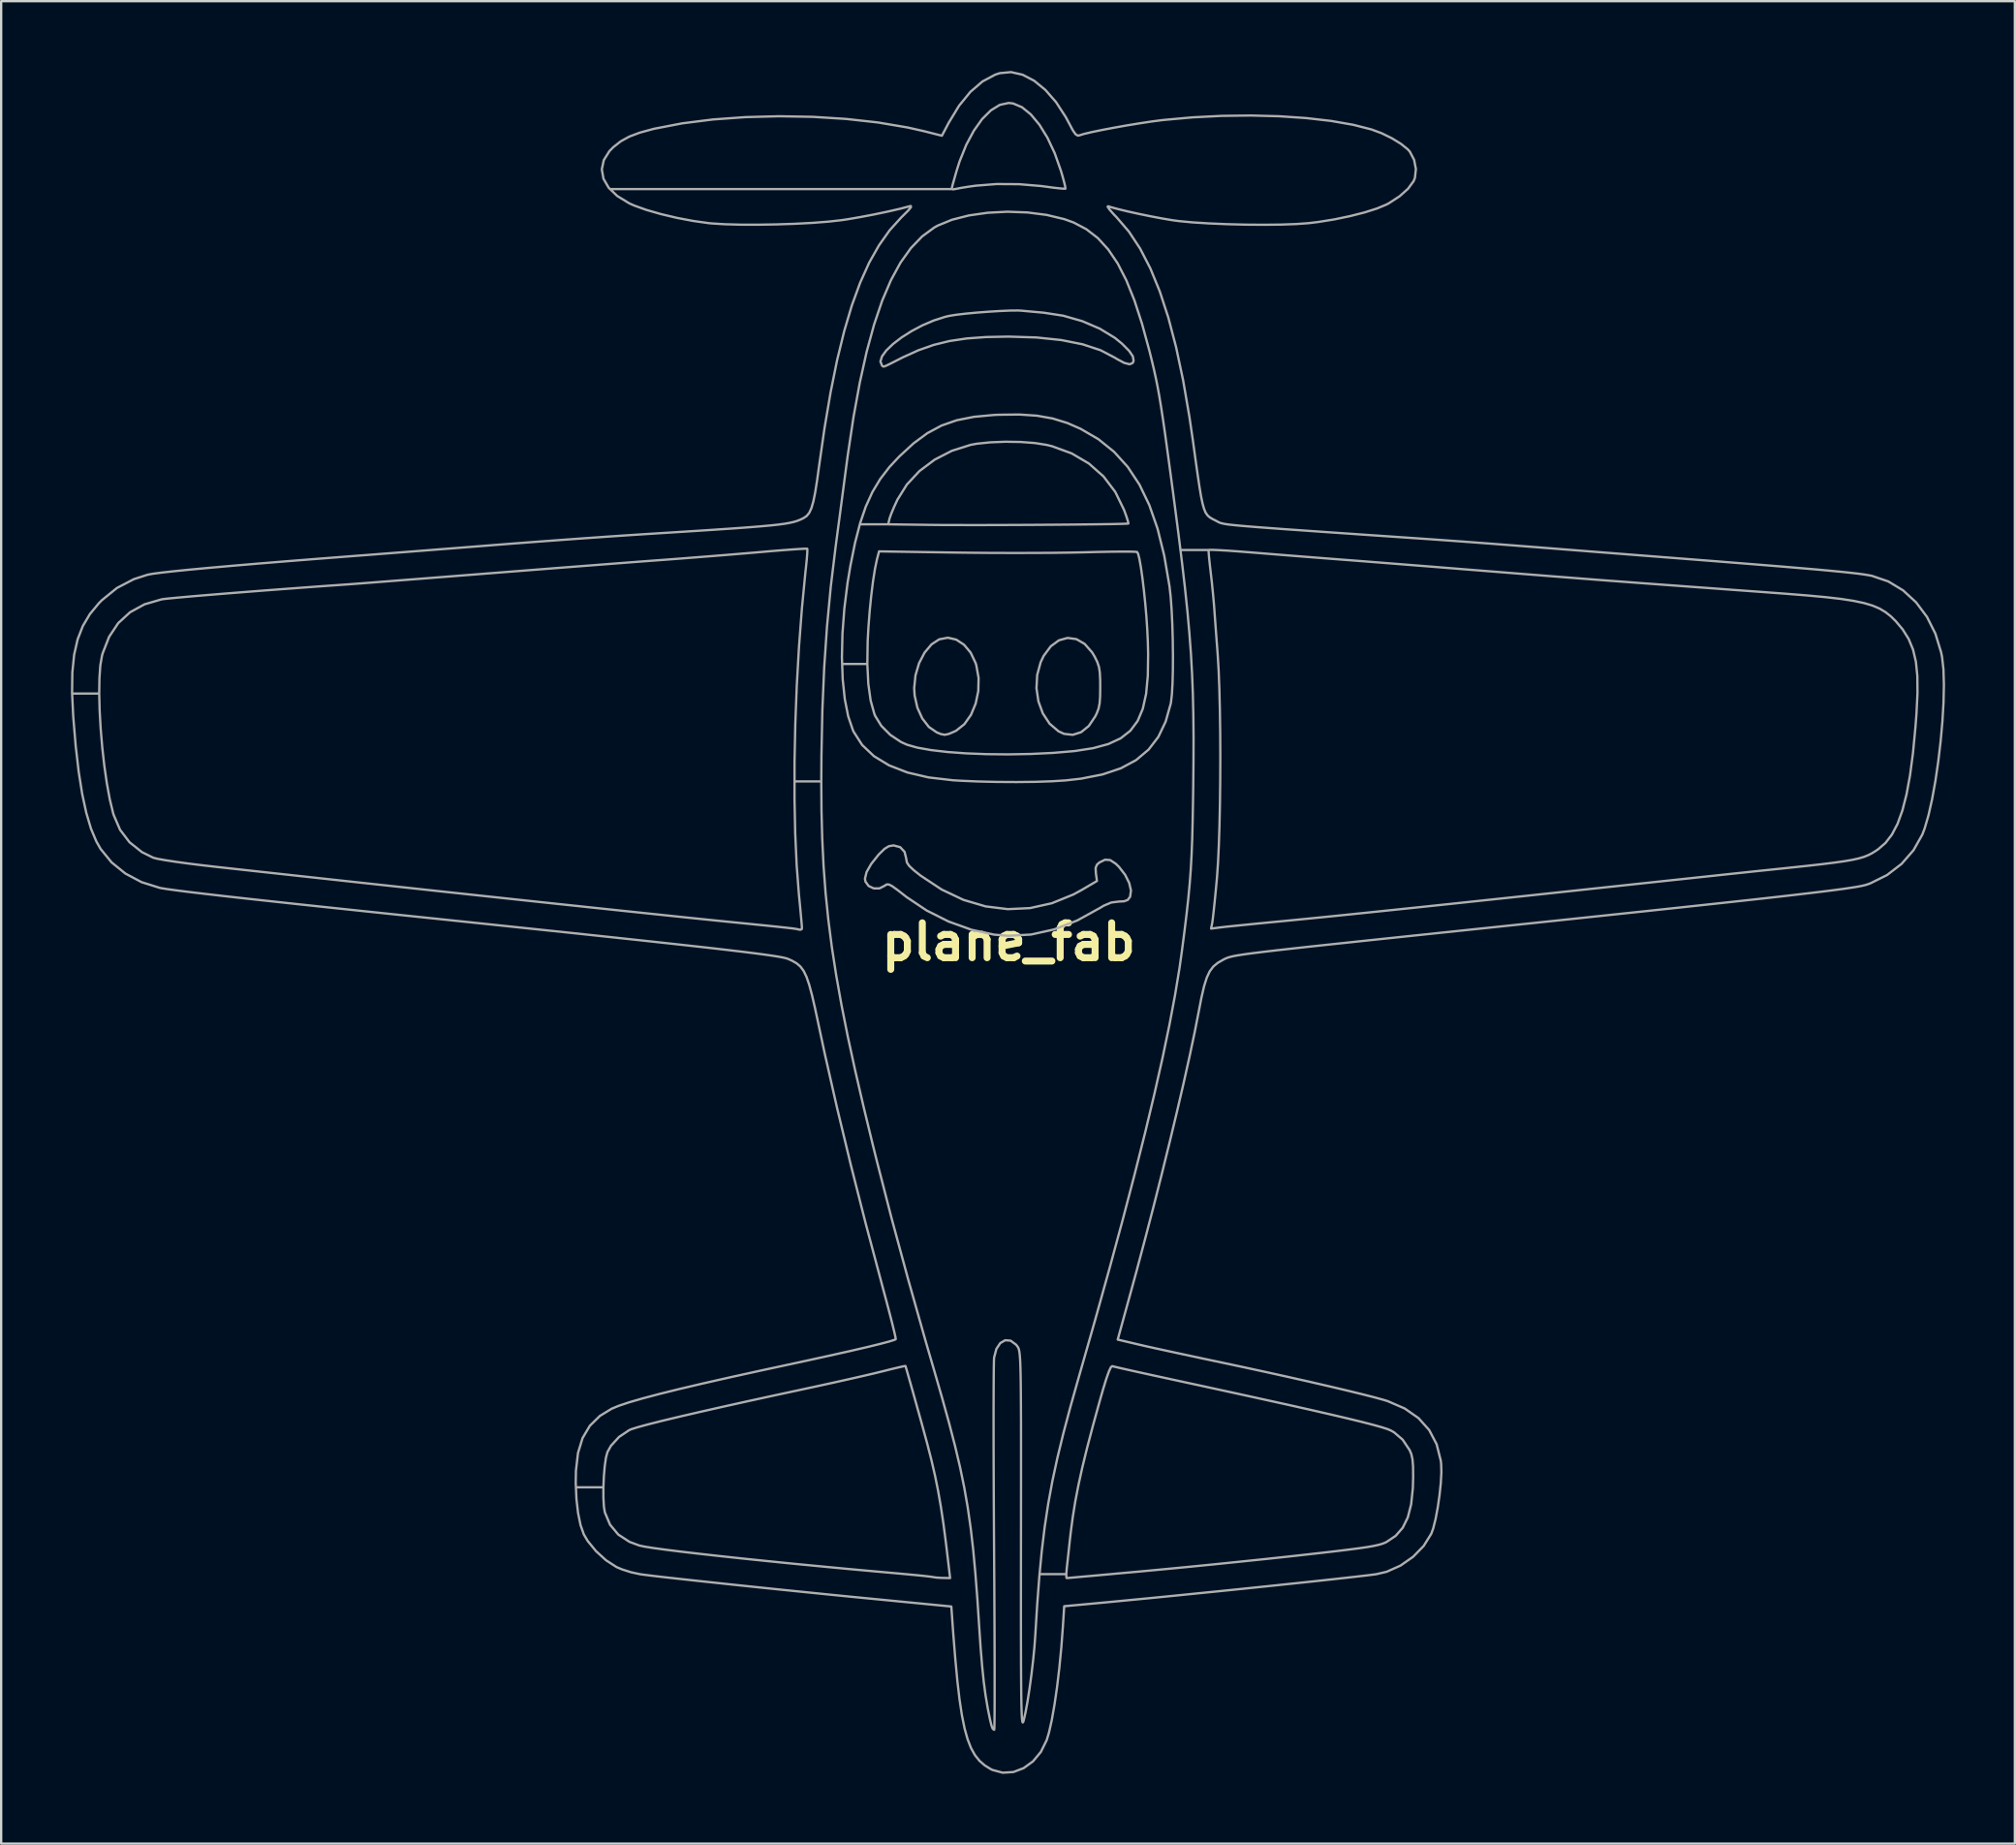
<source format=kicad_pcb>
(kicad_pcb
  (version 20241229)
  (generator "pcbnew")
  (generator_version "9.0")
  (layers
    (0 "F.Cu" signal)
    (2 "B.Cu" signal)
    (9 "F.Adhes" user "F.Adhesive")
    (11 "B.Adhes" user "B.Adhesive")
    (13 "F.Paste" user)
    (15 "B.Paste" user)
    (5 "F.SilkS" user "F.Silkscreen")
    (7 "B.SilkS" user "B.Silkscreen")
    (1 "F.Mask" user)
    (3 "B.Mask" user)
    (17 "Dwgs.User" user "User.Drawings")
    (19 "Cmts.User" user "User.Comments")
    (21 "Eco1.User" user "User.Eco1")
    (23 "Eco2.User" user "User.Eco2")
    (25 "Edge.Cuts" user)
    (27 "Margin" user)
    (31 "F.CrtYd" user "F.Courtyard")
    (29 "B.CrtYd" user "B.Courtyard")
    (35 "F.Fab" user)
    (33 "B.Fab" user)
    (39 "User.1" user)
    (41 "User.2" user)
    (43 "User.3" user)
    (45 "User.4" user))
  (footprint "plane_fab"
    (layer "F.Cu")
    (at 40.325 37.444)
    (property "Reference" "plane_fab" (at 0 0 0) (layer "F.SilkS") (effects (font (size 1.5 1.5) (thickness 0.3))))
    (attr board_only exclude_from_pos_files exclude_from_bom)
    (fp_poly (pts (xy -2.256 -12.997) (xy -1.921 -12.777) (xy -1.635 -12.436) (xy -1.422 -11.988) (xy -1.395 -11.901) (xy -1.295 -11.351) (xy -1.307 -10.789) (xy -1.42 -10.248) (xy -1.623 -9.761) (xy -1.906 -9.362) (xy -2.257 -9.083) (xy -2.328 -9.048) (xy -2.579 -8.941) (xy -2.75 -8.905) (xy -2.914 -8.936) (xy -3.095 -9.009) (xy -3.433 -9.243) (xy -3.716 -9.607) (xy -3.926 -10.068) (xy -4.044 -10.59) (xy -4.064 -10.911) (xy -4.008 -11.462) (xy -3.854 -11.983) (xy -3.617 -12.438) (xy -3.317 -12.794) (xy -2.988 -13.009) (xy -2.619 -13.08)) (stroke (width 0.1) (type solid)) (fill no) (layer "F.Fab"))
    (fp_poly (pts (xy 2.91 -13.018) (xy 3.268 -12.811) (xy 3.586 -12.449) (xy 3.706 -12.248) (xy 3.814 -12.024) (xy 3.882 -11.819) (xy 3.919 -11.581) (xy 3.934 -11.26) (xy 3.936 -10.963) (xy 3.931 -10.55) (xy 3.91 -10.257) (xy 3.864 -10.031) (xy 3.785 -9.824) (xy 3.72 -9.693) (xy 3.444 -9.284) (xy 3.116 -9.019) (xy 2.755 -8.904) (xy 2.378 -8.946) (xy 2.14 -9.057) (xy 1.758 -9.384) (xy 1.468 -9.824) (xy 1.278 -10.342) (xy 1.195 -10.904) (xy 1.225 -11.477) (xy 1.375 -12.028) (xy 1.502 -12.295) (xy 1.809 -12.709) (xy 2.16 -12.967) (xy 2.534 -13.07)) (stroke (width 0.1) (type solid)) (fill no) (layer "F.Fab"))
    (fp_poly (pts (xy 0.55 -27.138) (xy 0.812 -27.114) (xy 1.163 -27.082) (xy 1.501 -27.052) (xy 2.345 -26.922) (xy 3.163 -26.688) (xy 3.916 -26.365) (xy 4.568 -25.968) (xy 4.874 -25.718) (xy 5.175 -25.415) (xy 5.338 -25.177) (xy 5.371 -24.987) (xy 5.334 -24.892) (xy 5.203 -24.833) (xy 4.968 -24.893) (xy 4.641 -25.068) (xy 4.573 -25.112) (xy 3.95 -25.438) (xy 3.176 -25.693) (xy 2.257 -25.876) (xy 1.197 -25.986) (xy 0 -26.023) (xy -0.966 -26.005) (xy -1.802 -25.944) (xy -2.542 -25.834) (xy -3.221 -25.668) (xy -3.875 -25.439) (xy -4.538 -25.139) (xy -4.647 -25.084) (xy -4.984 -24.912) (xy -5.2 -24.804) (xy -5.324 -24.749) (xy -5.388 -24.735) (xy -5.42 -24.75) (xy -5.447 -24.779) (xy -5.516 -24.953) (xy -5.448 -25.175) (xy -5.261 -25.43) (xy -4.974 -25.705) (xy -4.608 -25.986) (xy -4.182 -26.257) (xy -3.715 -26.505) (xy -3.227 -26.714) (xy -2.737 -26.872) (xy -2.555 -26.915) (xy -2.263 -26.962) (xy -1.856 -27.01) (xy -1.377 -27.055) (xy -0.869 -27.094) (xy -0.374 -27.124) (xy 0.065 -27.143) (xy 0.405 -27.146)) (stroke (width 0.1) (type solid)) (fill no) (layer "F.Fab"))
    (fp_poly (pts (xy -4.667 -4.075) (xy -4.478 -3.873) (xy -4.403 -3.569) (xy -4.403 -3.546) (xy -4.375 -3.412) (xy -4.277 -3.268) (xy -4.083 -3.085) (xy -3.789 -2.852) (xy -2.878 -2.25) (xy -1.944 -1.808) (xy -0.994 -1.528) (xy -0.037 -1.41) (xy 0.916 -1.455) (xy 1.857 -1.664) (xy 2.777 -2.038) (xy 3.146 -2.239) (xy 3.795 -2.62) (xy 3.75 -2.949) (xy 3.738 -3.184) (xy 3.798 -3.327) (xy 3.904 -3.417) (xy 4.142 -3.535) (xy 4.362 -3.52) (xy 4.6 -3.365) (xy 4.744 -3.225) (xy 5.004 -2.89) (xy 5.181 -2.538) (xy 5.258 -2.211) (xy 5.222 -1.948) (xy 5.216 -1.936) (xy 5.119 -1.806) (xy 4.964 -1.748) (xy 4.737 -1.736) (xy 4.412 -1.695) (xy 4.086 -1.558) (xy 3.936 -1.468) (xy 2.945 -0.922) (xy 1.95 -0.538) (xy 0.959 -0.318) (xy -0.024 -0.264) (xy -0.635 -0.315) (xy -1.603 -0.524) (xy -2.58 -0.875) (xy -3.523 -1.349) (xy -4.388 -1.927) (xy -4.474 -1.994) (xy -4.79 -2.24) (xy -5.004 -2.394) (xy -5.143 -2.467) (xy -5.237 -2.475) (xy -5.312 -2.432) (xy -5.327 -2.419) (xy -5.556 -2.302) (xy -5.805 -2.303) (xy -6.023 -2.406) (xy -6.159 -2.592) (xy -6.181 -2.72) (xy -6.111 -3.004) (xy -5.912 -3.354) (xy -5.598 -3.747) (xy -5.57 -3.777) (xy -5.34 -4.002) (xy -5.153 -4.116) (xy -4.958 -4.149) (xy -4.947 -4.149)) (stroke (width 0.1) (type solid)) (fill no) (layer "F.Fab"))
    (fp_poly (pts (xy 1.217 -22.623) (xy 1.893 -22.503) (xy 2.524 -22.308) (xy 3.09 -22.06) (xy 3.858 -21.613) (xy 4.532 -21.07) (xy 5.118 -20.423) (xy 5.622 -19.662) (xy 6.048 -18.778) (xy 6.402 -17.763) (xy 6.689 -16.606) (xy 6.913 -15.299) (xy 6.916 -15.282) (xy 6.966 -14.828) (xy 7.006 -14.272) (xy 7.036 -13.648) (xy 7.055 -12.987) (xy 7.063 -12.324) (xy 7.06 -11.69) (xy 7.045 -11.12) (xy 7.018 -10.645) (xy 6.978 -10.3) (xy 6.968 -10.245) (xy 6.75 -9.474) (xy 6.436 -8.817) (xy 6.015 -8.268) (xy 5.481 -7.819) (xy 4.824 -7.466) (xy 4.036 -7.201) (xy 3.109 -7.019) (xy 2.455 -6.945) (xy 1.861 -6.907) (xy 1.142 -6.883) (xy 0.342 -6.874) (xy -0.493 -6.879) (xy -1.321 -6.898) (xy -2.097 -6.932) (xy -2.397 -6.95) (xy -3.443 -7.072) (xy -4.36 -7.286) (xy -5.145 -7.592) (xy -5.793 -7.986) (xy -6.301 -8.467) (xy -6.666 -9.034) (xy -6.701 -9.11) (xy -6.903 -9.705) (xy -7.048 -10.438) (xy -7.138 -11.289) (xy -7.161 -11.95) (xy -6.079 -11.95) (xy -6.036 -11.093) (xy -5.936 -10.377) (xy -5.779 -9.811) (xy -5.74 -9.715) (xy -5.478 -9.29) (xy -5.093 -8.903) (xy -4.631 -8.595) (xy -4.371 -8.478) (xy -3.931 -8.353) (xy -3.345 -8.249) (xy -2.636 -8.166) (xy -1.829 -8.107) (xy -0.946 -8.073) (xy -0.01 -8.064) (xy 0.956 -8.082) (xy 1.905 -8.127) (xy 2.84 -8.207) (xy 3.629 -8.33) (xy 4.284 -8.507) (xy 4.814 -8.753) (xy 5.23 -9.079) (xy 5.545 -9.499) (xy 5.767 -10.025) (xy 5.91 -10.67) (xy 5.982 -11.447) (xy 5.996 -12.368) (xy 5.983 -12.912) (xy 5.958 -13.437) (xy 5.92 -13.999) (xy 5.87 -14.573) (xy 5.812 -15.132) (xy 5.75 -15.649) (xy 5.686 -16.097) (xy 5.624 -16.451) (xy 5.566 -16.683) (xy 5.526 -16.762) (xy 5.427 -16.774) (xy 5.182 -16.78) (xy 4.814 -16.78) (xy 4.346 -16.775) (xy 3.801 -16.765) (xy 3.26 -16.751) (xy 2.64 -16.738) (xy 1.89 -16.728) (xy 1.047 -16.723) (xy 0.15 -16.722) (xy -0.764 -16.724) (xy -1.655 -16.732) (xy -2.258 -16.739) (xy -5.575 -16.79) (xy -5.662 -16.459) (xy -5.746 -16.062) (xy -5.83 -15.534) (xy -5.908 -14.911) (xy -5.977 -14.233) (xy -6.031 -13.536) (xy -6.064 -12.94) (xy -6.079 -11.95) (xy -7.161 -11.95) (xy -7.171 -12.236) (xy -7.148 -13.257) (xy -7.067 -14.332) (xy -6.929 -15.439) (xy -6.807 -16.171) (xy -6.608 -17.153) (xy -6.402 -17.953) (xy -5.182 -17.953) (xy -3.374 -17.929) (xy -2.925 -17.925) (xy -2.377 -17.923) (xy -1.749 -17.922) (xy -1.059 -17.922) (xy -0.326 -17.924) (xy 0.43 -17.927) (xy 1.19 -17.931) (xy 1.935 -17.936) (xy 2.647 -17.942) (xy 3.306 -17.949) (xy 3.893 -17.956) (xy 4.389 -17.963) (xy 4.776 -17.971) (xy 5.034 -17.979) (xy 5.144 -17.987) (xy 5.147 -17.988) (xy 5.131 -18.073) (xy 5.068 -18.274) (xy 4.969 -18.549) (xy 4.96 -18.574) (xy 4.583 -19.346) (xy 4.076 -20.013) (xy 3.449 -20.567) (xy 2.709 -21.002) (xy 1.866 -21.31) (xy 1.634 -21.367) (xy 1.127 -21.448) (xy 0.513 -21.494) (xy -0.148 -21.504) (xy -0.796 -21.478) (xy -1.372 -21.418) (xy -1.634 -21.37) (xy -2.44 -21.116) (xy -3.182 -20.734) (xy -3.837 -20.244) (xy -4.379 -19.663) (xy -4.782 -19.018) (xy -4.93 -18.697) (xy -5.052 -18.407) (xy -5.124 -18.203) (xy -5.128 -18.184) (xy -5.182 -17.953) (xy -6.402 -17.953) (xy -6.392 -17.992) (xy -6.147 -18.712) (xy -5.862 -19.34) (xy -5.525 -19.9) (xy -5.126 -20.419) (xy -4.704 -20.87) (xy -4.09 -21.435) (xy -3.496 -21.873) (xy -2.889 -22.199) (xy -2.233 -22.428) (xy -1.493 -22.575) (xy -0.633 -22.655) (xy -0.423 -22.664) (xy 0.458 -22.674)) (stroke (width 0.1) (type solid)) (fill no) (layer "F.Fab"))
    (fp_poly (pts (xy 0.597 -37.282) (xy 1.094 -37.023) (xy 1.579 -36.627) (xy 2.036 -36.104) (xy 2.452 -35.464) (xy 2.595 -35.197) (xy 2.756 -34.895) (xy 2.874 -34.725) (xy 2.969 -34.664) (xy 3.032 -34.673) (xy 3.234 -34.735) (xy 3.571 -34.815) (xy 4.01 -34.906) (xy 4.519 -35.003) (xy 5.064 -35.1) (xy 5.613 -35.19) (xy 6.132 -35.269) (xy 6.59 -35.329) (xy 6.649 -35.336) (xy 7.899 -35.449) (xy 9.164 -35.513) (xy 10.419 -35.528) (xy 11.639 -35.496) (xy 12.796 -35.418) (xy 13.865 -35.295) (xy 14.822 -35.128) (xy 15.604 -34.928) (xy 16.046 -34.763) (xy 16.484 -34.547) (xy 16.871 -34.308) (xy 17.162 -34.073) (xy 17.248 -33.977) (xy 17.433 -33.624) (xy 17.51 -33.227) (xy 17.469 -32.85) (xy 17.413 -32.708) (xy 17.173 -32.381) (xy 16.806 -32.054) (xy 16.351 -31.758) (xy 16.236 -31.697) (xy 15.831 -31.529) (xy 15.297 -31.36) (xy 14.674 -31.202) (xy 14.001 -31.062) (xy 13.319 -30.952) (xy 12.9 -30.901) (xy 12.363 -30.862) (xy 11.703 -30.839) (xy 10.958 -30.831) (xy 10.168 -30.837) (xy 9.37 -30.857) (xy 8.603 -30.89) (xy 7.905 -30.934) (xy 7.315 -30.99) (xy 7.027 -31.029) (xy 6.587 -31.104) (xy 6.096 -31.197) (xy 5.593 -31.3) (xy 5.117 -31.405) (xy 4.707 -31.504) (xy 4.399 -31.587) (xy 4.276 -31.628) (xy 4.255 -31.603) (xy 4.34 -31.482) (xy 4.511 -31.287) (xy 4.643 -31.15) (xy 5.168 -30.539) (xy 5.651 -29.808) (xy 6.093 -28.952) (xy 6.497 -27.965) (xy 6.865 -26.839) (xy 7.198 -25.569) (xy 7.5 -24.148) (xy 7.772 -22.57) (xy 7.916 -21.59) (xy 8.028 -20.775) (xy 8.122 -20.11) (xy 8.201 -19.58) (xy 8.27 -19.166) (xy 8.335 -18.851) (xy 8.4 -18.62) (xy 8.469 -18.455) (xy 8.549 -18.339) (xy 8.643 -18.255) (xy 8.757 -18.186) (xy 8.896 -18.116) (xy 8.915 -18.106) (xy 8.97 -18.076) (xy 9.018 -18.05) (xy 9.069 -18.027) (xy 9.133 -18.005) (xy 9.219 -17.984) (xy 9.338 -17.962) (xy 9.499 -17.94) (xy 9.713 -17.917) (xy 9.988 -17.89) (xy 10.336 -17.861) (xy 10.764 -17.827) (xy 11.285 -17.788) (xy 11.907 -17.742) (xy 12.639 -17.691) (xy 13.493 -17.631) (xy 14.478 -17.563) (xy 15.604 -17.485) (xy 16.88 -17.398) (xy 18.119 -17.313) (xy 18.72 -17.27) (xy 19.446 -17.218) (xy 20.251 -17.158) (xy 21.091 -17.094) (xy 21.921 -17.03) (xy 22.691 -16.97) (xy 23.487 -16.907) (xy 24.355 -16.839) (xy 25.246 -16.768) (xy 26.111 -16.701) (xy 26.901 -16.639) (xy 27.517 -16.591) (xy 28.981 -16.477) (xy 30.286 -16.375) (xy 31.441 -16.283) (xy 32.457 -16.202) (xy 33.344 -16.13) (xy 34.11 -16.065) (xy 34.766 -16.009) (xy 35.322 -15.958) (xy 35.787 -15.913) (xy 36.172 -15.873) (xy 36.485 -15.837) (xy 36.737 -15.804) (xy 36.937 -15.773) (xy 37.096 -15.743) (xy 37.126 -15.736) (xy 37.824 -15.498) (xy 38.459 -15.114) (xy 39.018 -14.601) (xy 39.487 -13.974) (xy 39.851 -13.249) (xy 40.097 -12.444) (xy 40.138 -12.234) (xy 40.196 -11.709) (xy 40.215 -11.053) (xy 40.199 -10.3) (xy 40.151 -9.478) (xy 40.074 -8.621) (xy 39.972 -7.759) (xy 39.85 -6.923) (xy 39.709 -6.144) (xy 39.554 -5.453) (xy 39.388 -4.882) (xy 39.286 -4.614) (xy 38.907 -3.942) (xy 38.395 -3.356) (xy 37.771 -2.876) (xy 37.056 -2.521) (xy 36.895 -2.463) (xy 36.79 -2.434) (xy 36.639 -2.401) (xy 36.436 -2.364) (xy 36.173 -2.323) (xy 35.845 -2.275) (xy 35.443 -2.222) (xy 34.961 -2.161) (xy 34.392 -2.093) (xy 33.729 -2.015) (xy 32.965 -1.928) (xy 32.093 -1.831) (xy 31.107 -1.723) (xy 29.999 -1.603) (xy 28.762 -1.47) (xy 27.39 -1.323) (xy 25.876 -1.163) (xy 24.212 -0.987) (xy 22.391 -0.795) (xy 20.913 -0.64) (xy 19.31 -0.472) (xy 17.867 -0.32) (xy 16.575 -0.184) (xy 15.425 -0.063) (xy 14.409 0.045) (xy 13.517 0.14) (xy 12.741 0.224) (xy 12.073 0.298) (xy 11.503 0.362) (xy 11.023 0.418) (xy 10.625 0.467) (xy 10.298 0.509) (xy 10.036 0.547) (xy 9.828 0.58) (xy 9.666 0.61) (xy 9.542 0.639) (xy 9.447 0.666) (xy 9.371 0.694) (xy 9.307 0.722) (xy 9.246 0.753) (xy 9.225 0.764) (xy 8.987 0.901) (xy 8.798 1.059) (xy 8.645 1.263) (xy 8.517 1.536) (xy 8.402 1.903) (xy 8.289 2.39) (xy 8.169 3.006) (xy 7.996 3.89) (xy 7.779 4.914) (xy 7.524 6.058) (xy 7.236 7.298) (xy 6.92 8.613) (xy 6.582 9.982) (xy 6.227 11.383) (xy 5.859 12.794) (xy 5.486 14.193) (xy 5.264 15.003) (xy 4.688 17.095) (xy 5.582 17.306) (xy 5.893 17.378) (xy 6.34 17.477) (xy 6.895 17.598) (xy 7.527 17.734) (xy 8.207 17.88) (xy 8.907 18.028) (xy 9.144 18.078) (xy 10.135 18.289) (xy 11.113 18.501) (xy 12.062 18.711) (xy 12.963 18.914) (xy 13.798 19.107) (xy 14.55 19.285) (xy 15.201 19.444) (xy 15.732 19.579) (xy 16.127 19.688) (xy 16.298 19.741) (xy 17.029 20.057) (xy 17.624 20.472) (xy 18.082 20.984) (xy 18.4 21.591) (xy 18.578 22.291) (xy 18.596 22.437) (xy 18.606 22.8) (xy 18.581 23.265) (xy 18.526 23.786) (xy 18.449 24.315) (xy 18.357 24.806) (xy 18.255 25.212) (xy 18.171 25.442) (xy 17.845 25.966) (xy 17.391 26.432) (xy 16.848 26.811) (xy 16.254 27.076) (xy 15.809 27.18) (xy 15.489 27.222) (xy 15.02 27.277) (xy 14.418 27.345) (xy 13.701 27.424) (xy 12.888 27.512) (xy 11.997 27.606) (xy 11.046 27.706) (xy 10.053 27.809) (xy 9.035 27.913) (xy 8.012 28.016) (xy 7.001 28.118) (xy 6.02 28.215) (xy 5.087 28.305) (xy 4.221 28.388) (xy 3.501 28.455) (xy 2.387 28.558) (xy 2.332 29.413) (xy 2.264 30.322) (xy 2.178 31.205) (xy 2.079 32.037) (xy 1.969 32.794) (xy 1.853 33.451) (xy 1.733 33.984) (xy 1.633 34.316) (xy 1.383 34.821) (xy 1.045 35.226) (xy 0.643 35.518) (xy 0.201 35.686) (xy -0.255 35.715) (xy -0.702 35.595) (xy -0.77 35.561) (xy -1.027 35.402) (xy -1.252 35.207) (xy -1.448 34.964) (xy -1.619 34.658) (xy -1.767 34.278) (xy -1.897 33.811) (xy -2.012 33.242) (xy -2.115 32.561) (xy -2.209 31.753) (xy -2.298 30.806) (xy -2.386 29.707) (xy -2.416 29.292) (xy -2.467 28.57) (xy -5.742 28.251) (xy -6.728 28.155) (xy -7.742 28.054) (xy -8.767 27.95) (xy -9.785 27.846) (xy -10.781 27.743) (xy -11.737 27.643) (xy -12.636 27.547) (xy -13.463 27.458) (xy -14.199 27.377) (xy -14.829 27.307) (xy -15.334 27.248) (xy -15.7 27.202) (xy -15.857 27.18) (xy -16.237 27.098) (xy -16.623 26.976) (xy -16.863 26.874) (xy -17.315 26.582) (xy -17.746 26.19) (xy -18.103 25.753) (xy -18.269 25.471) (xy -18.41 25.075) (xy -18.518 24.549) (xy -18.589 23.931) (xy -18.59 23.892) (xy -17.428 23.892) (xy -17.407 24.271) (xy -17.367 24.519) (xy -17.142 25.053) (xy -16.788 25.477) (xy -16.305 25.791) (xy -15.88 25.949) (xy -15.654 25.996) (xy -15.271 26.057) (xy -14.746 26.129) (xy -14.091 26.211) (xy -13.32 26.301) (xy -12.445 26.399) (xy -11.48 26.503) (xy -10.437 26.611) (xy -9.33 26.723) (xy -8.171 26.835) (xy -6.975 26.949) (xy -5.752 27.06) (xy -4.868 27.139) (xy -4.375 27.184) (xy -3.939 27.225) (xy -3.588 27.261) (xy -3.351 27.289) (xy -3.26 27.303) (xy -3.125 27.325) (xy -2.901 27.339) (xy -2.848 27.341) (xy -2.52 27.347) (xy -2.576 26.86) (xy -2.693 25.882) (xy -2.803 25.037) (xy -2.915 24.289) (xy -3.035 23.601) (xy -3.169 22.939) (xy -3.325 22.266) (xy -3.509 21.547) (xy -3.728 20.744) (xy -3.728 20.743) (xy -3.954 19.936) (xy -4.135 19.289) (xy -4.274 18.799) (xy -4.37 18.461) (xy -4.426 18.273) (xy -4.44 18.229) (xy -4.521 18.242) (xy -4.734 18.29) (xy -5.048 18.365) (xy -5.431 18.461) (xy -5.464 18.469) (xy -5.826 18.557) (xy -6.32 18.672) (xy -6.909 18.806) (xy -7.559 18.951) (xy -8.235 19.099) (xy -8.805 19.222) (xy -10.09 19.498) (xy -11.278 19.757) (xy -12.362 19.998) (xy -13.332 20.218) (xy -14.182 20.415) (xy -14.903 20.588) (xy -15.487 20.735) (xy -15.927 20.854) (xy -16.213 20.943) (xy -16.312 20.983) (xy -16.757 21.282) (xy -17.102 21.659) (xy -17.253 21.929) (xy -17.319 22.173) (xy -17.371 22.538) (xy -17.408 22.978) (xy -17.428 23.445) (xy -17.428 23.892) (xy -18.59 23.892) (xy -18.618 23.257) (xy -18.609 22.73) (xy -18.52 21.967) (xy -18.324 21.328) (xy -18.012 20.802) (xy -17.58 20.377) (xy -17.074 20.068) (xy -16.773 19.943) (xy -16.335 19.796) (xy -15.757 19.628) (xy -15.034 19.436) (xy -14.163 19.22) (xy -13.139 18.979) (xy -11.958 18.712) (xy -10.617 18.417) (xy -9.864 18.255) (xy -8.692 18.002) (xy -7.672 17.778) (xy -6.805 17.584) (xy -6.094 17.419) (xy -5.542 17.284) (xy -5.15 17.181) (xy -4.92 17.109) (xy -4.858 17.078) (xy -4.869 16.99) (xy -4.921 16.759) (xy -5.007 16.407) (xy -5.123 15.955) (xy -5.263 15.423) (xy -5.422 14.832) (xy -5.454 14.711) (xy -6.148 12.11) (xy -6.793 9.57) (xy -7.384 7.119) (xy -7.914 4.783) (xy -8.172 3.577) (xy -8.326 2.857) (xy -8.459 2.283) (xy -8.579 1.837) (xy -8.696 1.497) (xy -8.819 1.243) (xy -8.957 1.057) (xy -9.121 0.918) (xy -9.318 0.806) (xy -9.496 0.726) (xy -9.581 0.699) (xy -9.716 0.668) (xy -9.908 0.632) (xy -10.165 0.592) (xy -10.492 0.545) (xy -10.897 0.491) (xy -11.385 0.43) (xy -11.964 0.361) (xy -12.641 0.282) (xy -13.421 0.194) (xy -14.312 0.096) (xy -15.32 -0.014) (xy -16.452 -0.136) (xy -17.714 -0.271) (xy -19.114 -0.42) (xy -20.657 -0.582) (xy -22.351 -0.76) (xy -24.202 -0.954) (xy -25.612 -1.101) (xy -27.37 -1.285) (xy -28.963 -1.453) (xy -30.395 -1.605) (xy -31.668 -1.743) (xy -32.787 -1.865) (xy -33.754 -1.973) (xy -34.573 -2.068) (xy -35.248 -2.148) (xy -35.782 -2.216) (xy -36.178 -2.27) (xy -36.44 -2.312) (xy -36.508 -2.326) (xy -37.286 -2.57) (xy -37.982 -2.939) (xy -38.575 -3.419) (xy -39.047 -3.996) (xy -39.231 -4.318) (xy -39.462 -4.868) (xy -39.664 -5.547) (xy -39.841 -6.363) (xy -39.992 -7.322) (xy -40.121 -8.435) (xy -40.226 -9.69) (xy -40.274 -10.678) (xy -39.109 -10.678) (xy -39.09 -9.942) (xy -39.045 -9.158) (xy -38.977 -8.356) (xy -38.888 -7.565) (xy -38.78 -6.815) (xy -38.655 -6.135) (xy -38.515 -5.555) (xy -38.486 -5.457) (xy -38.211 -4.819) (xy -37.803 -4.284) (xy -37.273 -3.862) (xy -36.785 -3.621) (xy -36.608 -3.575) (xy -36.287 -3.517) (xy -35.845 -3.449) (xy -35.308 -3.375) (xy -34.699 -3.299) (xy -34.075 -3.227) (xy -32.122 -3.012) (xy -30.178 -2.8) (xy -28.256 -2.59) (xy -26.366 -2.385) (xy -24.52 -2.185) (xy -22.73 -1.992) (xy -21.006 -1.807) (xy -19.36 -1.631) (xy -17.803 -1.466) (xy -16.347 -1.312) (xy -15.002 -1.171) (xy -13.781 -1.043) (xy -12.693 -0.931) (xy -11.752 -0.836) (xy -10.967 -0.758) (xy -10.964 -0.757) (xy -10.441 -0.705) (xy -9.97 -0.656) (xy -9.58 -0.614) (xy -9.298 -0.582) (xy -9.153 -0.561) (xy -9.144 -0.56) (xy -8.967 -0.523) (xy -8.9 -0.548) (xy -8.891 -0.614) (xy -8.899 -0.731) (xy -8.921 -0.985) (xy -8.954 -1.345) (xy -8.995 -1.777) (xy -9.02 -2.032) (xy -9.116 -3.279) (xy -9.18 -4.664) (xy -9.21 -6.16) (xy -9.209 -6.9) (xy -8.059 -6.9) (xy -8.05 -5.642) (xy -8.018 -4.438) (xy -7.961 -3.269) (xy -7.875 -2.116) (xy -7.757 -0.961) (xy -7.606 0.215) (xy -7.418 1.432) (xy -7.19 2.709) (xy -6.92 4.063) (xy -6.604 5.515) (xy -6.241 7.083) (xy -5.828 8.785) (xy -5.674 9.402) (xy -5.035 11.883) (xy -4.328 14.489) (xy -3.563 17.193) (xy -3.217 18.378) (xy -2.866 19.592) (xy -2.565 20.676) (xy -2.309 21.66) (xy -2.093 22.575) (xy -1.912 23.449) (xy -1.761 24.314) (xy -1.634 25.2) (xy -1.526 26.135) (xy -1.432 27.15) (xy -1.345 28.276) (xy -1.27 29.422) (xy -1.207 30.348) (xy -1.142 31.133) (xy -1.073 31.803) (xy -0.995 32.388) (xy -0.907 32.914) (xy -0.878 33.062) (xy -0.801 33.439) (xy -0.743 33.679) (xy -0.695 33.81) (xy -0.648 33.861) (xy -0.622 33.867) (xy -0.616 33.784) (xy -0.611 33.544) (xy -0.607 33.158) (xy -0.605 32.638) (xy -0.605 31.996) (xy -0.605 31.244) (xy -0.607 30.393) (xy -0.61 29.456) (xy -0.615 28.444) (xy -0.621 27.369) (xy -0.628 26.243) (xy -0.629 26.071) (xy -0.636 24.927) (xy -0.642 23.825) (xy -0.646 22.777) (xy -0.649 21.796) (xy -0.65 20.895) (xy -0.65 20.086) (xy -0.648 19.382) (xy -0.645 18.796) (xy -0.641 18.34) (xy -0.635 18.027) (xy -0.628 17.869) (xy -0.627 17.864) (xy -0.529 17.496) (xy -0.362 17.245) (xy -0.15 17.123) (xy 0.083 17.141) (xy 0.314 17.311) (xy 0.366 17.375) (xy 0.394 17.415) (xy 0.419 17.464) (xy 0.441 17.531) (xy 0.46 17.626) (xy 0.476 17.759) (xy 0.49 17.941) (xy 0.501 18.182) (xy 0.51 18.493) (xy 0.517 18.882) (xy 0.522 19.362) (xy 0.526 19.941) (xy 0.529 20.631) (xy 0.53 21.441) (xy 0.53 22.381) (xy 0.53 23.463) (xy 0.529 24.696) (xy 0.528 25.757) (xy 0.527 27.12) (xy 0.526 28.323) (xy 0.526 29.375) (xy 0.528 30.284) (xy 0.53 31.061) (xy 0.534 31.713) (xy 0.539 32.249) (xy 0.545 32.68) (xy 0.553 33.013) (xy 0.563 33.258) (xy 0.574 33.424) (xy 0.588 33.52) (xy 0.604 33.555) (xy 0.622 33.537) (xy 0.64 33.486) (xy 0.719 33.146) (xy 0.806 32.677) (xy 0.893 32.119) (xy 0.976 31.512) (xy 1.049 30.896) (xy 1.107 30.312) (xy 1.141 29.845) (xy 1.225 28.496) (xy 1.317 27.285) (xy 1.327 27.179) (xy 2.477 27.179) (xy 2.482 27.324) (xy 2.495 27.347) (xy 2.587 27.34) (xy 2.828 27.319) (xy 3.202 27.285) (xy 3.689 27.242) (xy 4.271 27.189) (xy 4.929 27.129) (xy 5.645 27.064) (xy 5.821 27.048) (xy 6.726 26.963) (xy 7.75 26.864) (xy 8.84 26.756) (xy 9.948 26.642) (xy 11.022 26.53) (xy 12.013 26.424) (xy 12.482 26.372) (xy 13.344 26.275) (xy 14.054 26.193) (xy 14.629 26.123) (xy 15.087 26.063) (xy 15.445 26.01) (xy 15.718 25.961) (xy 15.925 25.914) (xy 16.082 25.867) (xy 16.206 25.816) (xy 16.25 25.794) (xy 16.641 25.531) (xy 16.943 25.185) (xy 17.162 24.74) (xy 17.305 24.18) (xy 17.379 23.487) (xy 17.393 22.987) (xy 17.388 22.55) (xy 17.363 22.239) (xy 17.312 22.012) (xy 17.24 21.844) (xy 16.939 21.396) (xy 16.57 21.081) (xy 16.425 20.999) (xy 16.273 20.937) (xy 16.021 20.857) (xy 15.661 20.757) (xy 15.189 20.635) (xy 14.597 20.491) (xy 13.879 20.322) (xy 13.03 20.127) (xy 12.042 19.905) (xy 10.909 19.655) (xy 9.626 19.374) (xy 8.186 19.061) (xy 7.552 18.924) (xy 6.861 18.774) (xy 6.221 18.635) (xy 5.65 18.51) (xy 5.169 18.403) (xy 4.796 18.319) (xy 4.551 18.262) (xy 4.454 18.237) (xy 4.396 18.28) (xy 4.315 18.45) (xy 4.205 18.757) (xy 4.065 19.211) (xy 3.912 19.745) (xy 3.616 20.819) (xy 3.369 21.76) (xy 3.165 22.594) (xy 2.999 23.35) (xy 2.863 24.054) (xy 2.754 24.733) (xy 2.664 25.414) (xy 2.632 25.696) (xy 2.587 26.111) (xy 2.543 26.511) (xy 2.507 26.834) (xy 2.495 26.945) (xy 2.477 27.179) (xy 1.327 27.179) (xy 1.423 26.18) (xy 1.548 25.148) (xy 1.698 24.16) (xy 1.878 23.182) (xy 2.093 22.184) (xy 2.349 21.133) (xy 2.651 19.997) (xy 3.004 18.746) (xy 3.026 18.669) (xy 3.71 16.276) (xy 4.335 14.037) (xy 4.902 11.948) (xy 5.412 10.003) (xy 5.867 8.198) (xy 6.267 6.529) (xy 6.614 4.991) (xy 6.909 3.579) (xy 7.152 2.29) (xy 7.346 1.117) (xy 7.444 0.423) (xy 7.557 -0.446) (xy 7.649 -1.201) (xy 7.724 -1.875) (xy 7.783 -2.5) (xy 7.829 -3.109) (xy 7.864 -3.736) (xy 7.891 -4.412) (xy 7.91 -5.171) (xy 7.926 -6.046) (xy 7.935 -6.677) (xy 7.946 -7.786) (xy 7.949 -8.801) (xy 7.94 -9.745) (xy 7.92 -10.641) (xy 7.886 -11.513) (xy 7.837 -12.382) (xy 7.77 -13.272) (xy 7.686 -14.207) (xy 7.581 -15.208) (xy 7.454 -16.3) (xy 7.398 -16.753) (xy 8.598 -16.753) (xy 8.616 -16.525) (xy 8.65 -16.205) (xy 8.68 -15.946) (xy 8.734 -15.477) (xy 8.785 -14.972) (xy 8.826 -14.516) (xy 8.837 -14.38) (xy 8.861 -14.038) (xy 8.895 -13.578) (xy 8.934 -13.054) (xy 8.975 -12.515) (xy 8.989 -12.319) (xy 9.029 -11.658) (xy 9.059 -10.868) (xy 9.081 -9.977) (xy 9.095 -9.015) (xy 9.1 -8.012) (xy 9.096 -6.997) (xy 9.085 -6) (xy 9.065 -5.05) (xy 9.037 -4.177) (xy 9.001 -3.41) (xy 8.957 -2.779) (xy 8.951 -2.709) (xy 8.902 -2.182) (xy 8.854 -1.699) (xy 8.811 -1.291) (xy 8.776 -0.988) (xy 8.753 -0.821) (xy 8.752 -0.816) (xy 8.703 -0.574) (xy 9.114 -0.626) (xy 9.309 -0.649) (xy 9.645 -0.684) (xy 10.095 -0.729) (xy 10.631 -0.783) (xy 11.225 -0.841) (xy 11.769 -0.893) (xy 12.445 -0.959) (xy 13.23 -1.037) (xy 14.128 -1.127) (xy 15.145 -1.232) (xy 16.289 -1.351) (xy 17.564 -1.484) (xy 18.976 -1.633) (xy 20.531 -1.799) (xy 22.236 -1.98) (xy 24.096 -2.18) (xy 26.116 -2.397) (xy 26.628 -2.452) (xy 27.55 -2.551) (xy 28.457 -2.648) (xy 29.327 -2.741) (xy 30.142 -2.828) (xy 30.879 -2.907) (xy 31.52 -2.975) (xy 32.042 -3.031) (xy 32.426 -3.071) (xy 32.554 -3.084) (xy 33.501 -3.183) (xy 34.295 -3.267) (xy 34.953 -3.341) (xy 35.491 -3.408) (xy 35.926 -3.469) (xy 36.274 -3.529) (xy 36.551 -3.59) (xy 36.774 -3.656) (xy 36.958 -3.729) (xy 37.12 -3.812) (xy 37.277 -3.909) (xy 37.39 -3.986) (xy 37.705 -4.258) (xy 37.981 -4.618) (xy 38.222 -5.078) (xy 38.429 -5.649) (xy 38.607 -6.34) (xy 38.758 -7.162) (xy 38.886 -8.127) (xy 38.992 -9.245) (xy 39.036 -9.824) (xy 39.079 -10.695) (xy 39.073 -11.427) (xy 39.011 -12.043) (xy 38.888 -12.568) (xy 38.699 -13.026) (xy 38.439 -13.44) (xy 38.147 -13.787) (xy 37.932 -13.999) (xy 37.705 -14.178) (xy 37.448 -14.331) (xy 37.145 -14.46) (xy 36.778 -14.569) (xy 36.33 -14.663) (xy 35.784 -14.747) (xy 35.124 -14.823) (xy 34.331 -14.896) (xy 33.39 -14.971) (xy 33.189 -14.986) (xy 32.822 -15.013) (xy 32.314 -15.051) (xy 31.692 -15.096) (xy 30.984 -15.148) (xy 30.218 -15.205) (xy 29.42 -15.263) (xy 28.619 -15.322) (xy 28.575 -15.325) (xy 27.861 -15.378) (xy 27.203 -15.426) (xy 26.581 -15.473) (xy 25.977 -15.518) (xy 25.372 -15.564) (xy 24.748 -15.612) (xy 24.085 -15.664) (xy 23.365 -15.72) (xy 22.57 -15.783) (xy 21.68 -15.854) (xy 20.677 -15.934) (xy 19.542 -16.024) (xy 18.288 -16.125) (xy 17.529 -16.185) (xy 16.72 -16.249) (xy 15.908 -16.313) (xy 15.135 -16.374) (xy 14.447 -16.427) (xy 13.928 -16.467) (xy 13.233 -16.521) (xy 12.443 -16.583) (xy 11.629 -16.648) (xy 10.861 -16.71) (xy 10.386 -16.749) (xy 9.859 -16.79) (xy 9.393 -16.823) (xy 9.012 -16.845) (xy 8.742 -16.856) (xy 8.608 -16.854) (xy 8.598 -16.85) (xy 8.598 -16.753) (xy 7.398 -16.753) (xy 7.305 -17.505) (xy 7.13 -18.846) (xy 7.064 -19.346) (xy 6.931 -20.338) (xy 6.816 -21.181) (xy 6.717 -21.896) (xy 6.629 -22.501) (xy 6.55 -23.018) (xy 6.476 -23.464) (xy 6.404 -23.861) (xy 6.33 -24.228) (xy 6.252 -24.584) (xy 6.166 -24.949) (xy 6.068 -25.343) (xy 6.054 -25.4) (xy 5.735 -26.57) (xy 5.406 -27.582) (xy 5.057 -28.446) (xy 4.684 -29.173) (xy 4.278 -29.773) (xy 3.833 -30.259) (xy 3.341 -30.639) (xy 2.797 -30.926) (xy 2.399 -31.071) (xy 1.631 -31.255) (xy 0.801 -31.361) (xy -0.055 -31.392) (xy -0.903 -31.348) (xy -1.708 -31.233) (xy -2.436 -31.048) (xy -3.052 -30.796) (xy -3.204 -30.711) (xy -3.724 -30.329) (xy -4.205 -29.829) (xy -4.651 -29.206) (xy -5.062 -28.453) (xy -5.441 -27.566) (xy -5.789 -26.539) (xy -6.109 -25.367) (xy -6.403 -24.044) (xy -6.673 -22.565) (xy -6.92 -20.925) (xy -6.979 -20.489) (xy -7.069 -19.804) (xy -7.163 -19.094) (xy -7.254 -18.402) (xy -7.339 -17.769) (xy -7.41 -17.236) (xy -7.444 -16.976) (xy -7.651 -15.274) (xy -7.813 -13.561) (xy -7.933 -11.804) (xy -8.012 -9.968) (xy -8.052 -8.019) (xy -8.059 -6.9) (xy -9.209 -6.9) (xy -9.209 -7.739) (xy -9.176 -9.373) (xy -9.112 -11.034) (xy -9.017 -12.695) (xy -8.893 -14.328) (xy -8.74 -15.905) (xy -8.716 -16.12) (xy -8.682 -16.457) (xy -8.662 -16.723) (xy -8.658 -16.88) (xy -8.663 -16.904) (xy -8.753 -16.906) (xy -8.987 -16.894) (xy -9.341 -16.87) (xy -9.79 -16.836) (xy -10.311 -16.793) (xy -10.591 -16.768) (xy -11.228 -16.714) (xy -11.982 -16.651) (xy -12.802 -16.585) (xy -13.636 -16.519) (xy -14.433 -16.457) (xy -14.859 -16.425) (xy -15.387 -16.386) (xy -16.06 -16.335) (xy -16.854 -16.274) (xy -17.744 -16.205) (xy -18.705 -16.131) (xy -19.715 -16.052) (xy -20.749 -15.971) (xy -21.781 -15.89) (xy -22.521 -15.832) (xy -23.472 -15.757) (xy -24.388 -15.685) (xy -25.253 -15.617) (xy -26.05 -15.555) (xy -26.763 -15.499) (xy -27.375 -15.451) (xy -27.869 -15.413) (xy -28.229 -15.386) (xy -28.439 -15.37) (xy -28.448 -15.37) (xy -29.354 -15.306) (xy -30.274 -15.239) (xy -31.19 -15.171) (xy -32.085 -15.103) (xy -32.942 -15.036) (xy -33.745 -14.972) (xy -34.475 -14.912) (xy -35.116 -14.858) (xy -35.651 -14.81) (xy -36.062 -14.771) (xy -36.333 -14.742) (xy -36.426 -14.728) (xy -37.159 -14.515) (xy -37.781 -14.174) (xy -38.29 -13.707) (xy -38.684 -13.116) (xy -38.963 -12.401) (xy -38.989 -12.304) (xy -39.061 -11.888) (xy -39.099 -11.337) (xy -39.109 -10.678) (xy -40.274 -10.678) (xy -40.275 -10.711) (xy -40.264 -11.59) (xy -40.186 -12.35) (xy -40.037 -13.007) (xy -39.813 -13.583) (xy -39.509 -14.095) (xy -39.12 -14.565) (xy -38.996 -14.69) (xy -38.347 -15.216) (xy -37.619 -15.596) (xy -37.024 -15.788) (xy -36.804 -15.828) (xy -36.421 -15.878) (xy -35.883 -15.938) (xy -35.195 -16.007) (xy -34.364 -16.084) (xy -33.397 -16.17) (xy -32.3 -16.263) (xy -31.08 -16.363) (xy -29.743 -16.469) (xy -28.296 -16.581) (xy -28.109 -16.596) (xy -27.512 -16.641) (xy -26.78 -16.698) (xy -25.948 -16.763) (xy -25.049 -16.833) (xy -24.119 -16.906) (xy -23.191 -16.979) (xy -22.3 -17.049) (xy -22.183 -17.059) (xy -21.267 -17.13) (xy -20.281 -17.205) (xy -19.267 -17.28) (xy -18.262 -17.353) (xy -17.307 -17.42) (xy -16.442 -17.479) (xy -15.706 -17.527) (xy -14.521 -17.602) (xy -13.493 -17.667) (xy -12.609 -17.725) (xy -11.857 -17.776) (xy -11.225 -17.822) (xy -10.699 -17.864) (xy -10.268 -17.903) (xy -9.92 -17.94) (xy -9.641 -17.977) (xy -9.42 -18.016) (xy -9.243 -18.056) (xy -9.099 -18.1) (xy -8.976 -18.148) (xy -8.86 -18.202) (xy -8.819 -18.223) (xy -8.686 -18.313) (xy -8.576 -18.448) (xy -8.483 -18.649) (xy -8.399 -18.938) (xy -8.319 -19.335) (xy -8.236 -19.863) (xy -8.164 -20.388) (xy -7.92 -22.087) (xy -7.659 -23.626) (xy -7.378 -25.013) (xy -7.074 -26.256) (xy -6.745 -27.363) (xy -6.387 -28.342) (xy -5.999 -29.202) (xy -5.576 -29.95) (xy -5.118 -30.596) (xy -4.62 -31.147) (xy -4.572 -31.193) (xy -4.324 -31.44) (xy -4.204 -31.586) (xy -4.207 -31.637) (xy -4.249 -31.631) (xy -4.668 -31.52) (xy -5.202 -31.398) (xy -5.797 -31.273) (xy -6.399 -31.159) (xy -6.954 -31.064) (xy -7.197 -31.028) (xy -7.762 -30.965) (xy -8.442 -30.913) (xy -9.198 -30.873) (xy -9.992 -30.847) (xy -10.784 -30.834) (xy -11.536 -30.836) (xy -12.208 -30.854) (xy -12.76 -30.888) (xy -12.886 -30.9) (xy -13.566 -30.995) (xy -14.271 -31.129) (xy -14.957 -31.291) (xy -15.583 -31.471) (xy -16.104 -31.658) (xy -16.316 -31.753) (xy -16.831 -32.067) (xy -17.142 -32.366) (xy -2.455 -32.366) (xy -2.385 -32.353) (xy -2.238 -32.379) (xy -2.045 -32.417) (xy -1.748 -32.465) (xy -1.413 -32.512) (xy -0.524 -32.582) (xy 0.439 -32.576) (xy 1.399 -32.496) (xy 1.565 -32.474) (xy 1.922 -32.426) (xy 2.211 -32.394) (xy 2.394 -32.38) (xy 2.44 -32.384) (xy 2.43 -32.472) (xy 2.379 -32.685) (xy 2.296 -32.984) (xy 2.243 -33.161) (xy 1.977 -33.912) (xy 1.665 -34.575) (xy 1.32 -35.134) (xy 0.952 -35.575) (xy 0.572 -35.884) (xy 0.191 -36.046) (xy 0 -36.068) (xy -0.382 -35.986) (xy -0.766 -35.75) (xy -1.143 -35.375) (xy -1.499 -34.875) (xy -1.826 -34.265) (xy -2.11 -33.56) (xy -2.243 -33.141) (xy -2.337 -32.812) (xy -2.41 -32.55) (xy -2.45 -32.393) (xy -2.455 -32.366) (xy -17.142 -32.366) (xy -17.201 -32.424) (xy -17.425 -32.81) (xy -17.496 -33.211) (xy -17.411 -33.612) (xy -17.167 -34) (xy -17.002 -34.167) (xy -16.682 -34.419) (xy -16.318 -34.62) (xy -15.872 -34.789) (xy -15.301 -34.945) (xy -15.23 -34.962) (xy -14.036 -35.192) (xy -12.722 -35.358) (xy -11.323 -35.459) (xy -9.878 -35.497) (xy -8.421 -35.471) (xy -6.99 -35.381) (xy -5.62 -35.229) (xy -4.348 -35.014) (xy -3.649 -34.856) (xy -2.872 -34.66) (xy -2.579 -35.216) (xy -2.134 -35.949) (xy -1.647 -36.545) (xy -1.126 -36.993) (xy -0.582 -37.284) (xy -0.383 -37.349) (xy 0.1 -37.394)) (stroke (width 0.1) (type solid)) (fill no) (layer "F.Fab")))
  (gr_rect
    (start -3 -3)
    (end 83.591 76.209)
    (stroke (width 0.1) (type default))
    (fill no)
    (layer "Edge.Cuts")))
</source>
